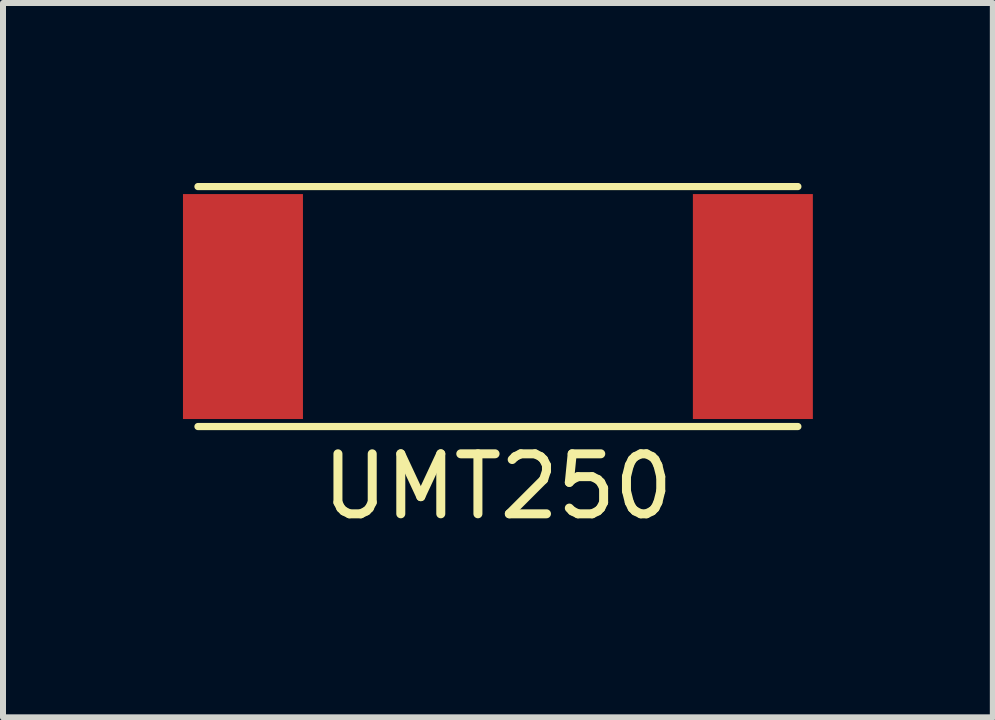
<source format=kicad_pcb>
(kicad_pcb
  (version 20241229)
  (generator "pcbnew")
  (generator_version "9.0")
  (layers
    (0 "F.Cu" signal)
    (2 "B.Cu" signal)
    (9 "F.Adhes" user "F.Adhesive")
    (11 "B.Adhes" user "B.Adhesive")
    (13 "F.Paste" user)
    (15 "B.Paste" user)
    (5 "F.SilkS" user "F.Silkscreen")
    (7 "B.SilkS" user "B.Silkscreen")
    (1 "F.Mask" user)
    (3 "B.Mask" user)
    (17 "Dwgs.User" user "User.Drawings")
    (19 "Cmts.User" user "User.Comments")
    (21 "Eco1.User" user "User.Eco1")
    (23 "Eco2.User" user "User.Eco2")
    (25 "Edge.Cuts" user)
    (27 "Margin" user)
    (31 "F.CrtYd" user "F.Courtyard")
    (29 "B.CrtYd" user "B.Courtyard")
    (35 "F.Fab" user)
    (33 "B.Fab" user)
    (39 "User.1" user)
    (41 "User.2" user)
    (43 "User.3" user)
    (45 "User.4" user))
  (footprint "UMT250"
    (layer "F.Cu")
    (at 5.25 2.06)
    (property "Reference" "UMT250" (at 0 3 0) (layer "F.SilkS") (effects (font (size 1 1) (thickness 0.15))))
    (attr through_hole)
    (fp_line (start -5 -2) (end 5 -2) (stroke (width 0.12) (type solid)) (layer "F.SilkS"))
    (fp_line (start -5 2) (end 5 2) (stroke (width 0.12) (type solid)) (layer "F.SilkS"))
    (pad "1" smd rect (at -4.25 0) (size 2 3.75) (layers "F.Cu" "F.Mask" "F.Paste"))
    (pad "2" smd rect (at 4.25 0) (size 2 3.75) (layers "F.Cu" "F.Mask" "F.Paste")))
  (gr_rect
    (start -3 -3)
    (end 13.5 8.908)
    (stroke (width 0.1) (type default))
    (fill no)
    (layer "Edge.Cuts")))
</source>
